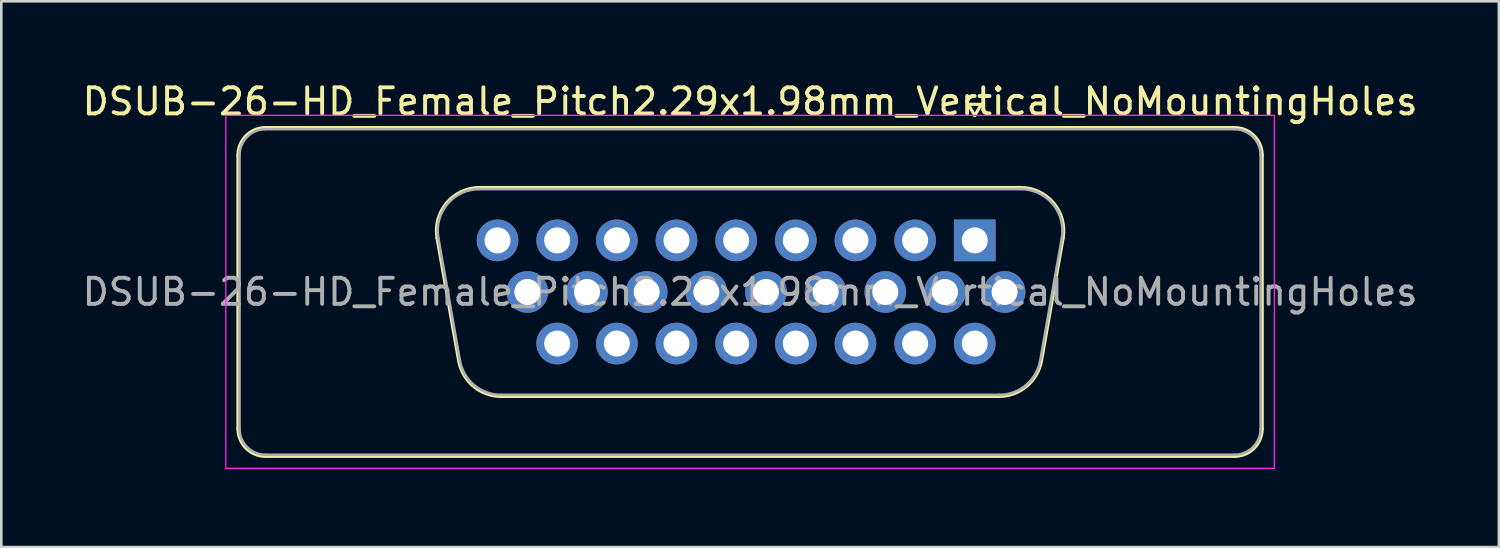
<source format=kicad_pcb>
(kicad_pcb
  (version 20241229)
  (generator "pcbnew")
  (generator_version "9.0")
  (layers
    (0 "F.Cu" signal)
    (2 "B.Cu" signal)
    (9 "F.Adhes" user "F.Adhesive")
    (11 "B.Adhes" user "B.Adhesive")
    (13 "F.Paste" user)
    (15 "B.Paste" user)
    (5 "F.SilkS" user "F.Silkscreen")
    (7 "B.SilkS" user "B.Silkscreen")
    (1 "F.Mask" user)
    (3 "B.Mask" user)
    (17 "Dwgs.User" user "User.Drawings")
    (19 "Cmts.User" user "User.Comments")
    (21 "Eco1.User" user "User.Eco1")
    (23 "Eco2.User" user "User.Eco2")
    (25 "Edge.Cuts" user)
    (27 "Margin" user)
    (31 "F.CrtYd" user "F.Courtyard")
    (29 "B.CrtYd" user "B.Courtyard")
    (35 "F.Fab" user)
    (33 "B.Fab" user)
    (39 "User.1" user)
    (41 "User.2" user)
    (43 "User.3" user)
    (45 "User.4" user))
  (footprint "DSUB-26-HD_Female_Pitch2.29x1.98mm_Vertical_NoMountingHoles"
    (layer "F.Cu")
    (at 34.369 6.178)
    (property "Reference" "DSUB-26-HD_Female_Pitch2.29x1.98mm_Vertical_NoMountingHoles" (at -8.625 -5.33 0) (layer "F.SilkS") (effects (font (size 1 1) (thickness 0.15))))
    (attr through_hole)
    (fp_line (start -28.285 7.23) (end -28.285 -3.27) (stroke (width 0.12) (type solid)) (layer "F.SilkS"))
    (fp_line (start -27.225 -4.33) (end 9.975 -4.33) (stroke (width 0.12) (type solid)) (layer "F.SilkS"))
    (fp_line (start -20.641 -0.082) (end -19.813 4.618) (stroke (width 0.12) (type solid)) (layer "F.SilkS"))
    (fp_line (start -19.007 -2.03) (end 1.757 -2.03) (stroke (width 0.12) (type solid)) (layer "F.SilkS"))
    (fp_line (start -18.178 5.99) (end 0.928 5.99) (stroke (width 0.12) (type solid)) (layer "F.SilkS"))
    (fp_line (start -0.25 -5.224) (end 0.25 -5.224) (stroke (width 0.12) (type solid)) (layer "F.SilkS"))
    (fp_line (start 0 -4.791) (end -0.25 -5.224) (stroke (width 0.12) (type solid)) (layer "F.SilkS"))
    (fp_line (start 0.25 -5.224) (end 0 -4.791) (stroke (width 0.12) (type solid)) (layer "F.SilkS"))
    (fp_line (start 3.391 -0.082) (end 2.563 4.618) (stroke (width 0.12) (type solid)) (layer "F.SilkS"))
    (fp_line (start 9.975 8.29) (end -27.225 8.29) (stroke (width 0.12) (type solid)) (layer "F.SilkS"))
    (fp_line (start 11.035 -3.27) (end 11.035 7.23) (stroke (width 0.12) (type solid)) (layer "F.SilkS"))
    (fp_arc (start -28.285 -3.27) (mid -27.974533 -4.019533) (end -27.225 -4.33) (stroke (width 0.12) (type solid)) (layer "F.SilkS"))
    (fp_arc (start -27.225 8.29) (mid -27.974533 7.979533) (end -28.285 7.23) (stroke (width 0.12) (type solid)) (layer "F.SilkS"))
    (fp_arc (start -20.64147 -0.081744) (mid -20.278323 -1.437028) (end -19.006689 -2.03) (stroke (width 0.12) (type solid)) (layer "F.SilkS"))
    (fp_arc (start -18.177952 5.99) (mid -19.244979 5.601634) (end -19.812733 4.618256) (stroke (width 0.12) (type solid)) (layer "F.SilkS"))
    (fp_arc (start 1.756689 -2.03) (mid 3.028323 -1.437027) (end 3.39147 -0.081744) (stroke (width 0.12) (type solid)) (layer "F.SilkS"))
    (fp_arc (start 2.562733 4.618256) (mid 1.99498 5.601634) (end 0.927952 5.99) (stroke (width 0.12) (type solid)) (layer "F.SilkS"))
    (fp_arc (start 9.975 -4.33) (mid 10.724533 -4.019533) (end 11.035 -3.27) (stroke (width 0.12) (type solid)) (layer "F.SilkS"))
    (fp_arc (start 11.035 7.23) (mid 10.724533 7.979533) (end 9.975 8.29) (stroke (width 0.12) (type solid)) (layer "F.SilkS"))
    (fp_line (start -28.75 -4.8) (end -28.75 8.75) (stroke (width 0.05) (type solid)) (layer "F.CrtYd"))
    (fp_line (start -28.75 8.75) (end 11.5 8.75) (stroke (width 0.05) (type solid)) (layer "F.CrtYd"))
    (fp_line (start 11.5 -4.8) (end -28.75 -4.8) (stroke (width 0.05) (type solid)) (layer "F.CrtYd"))
    (fp_line (start 11.5 8.75) (end 11.5 -4.8) (stroke (width 0.05) (type solid)) (layer "F.CrtYd"))
    (fp_line (start -28.225 7.23) (end -28.225 -3.27) (stroke (width 0.1) (type solid)) (layer "F.Fab"))
    (fp_line (start -27.225 -4.27) (end 9.975 -4.27) (stroke (width 0.1) (type solid)) (layer "F.Fab"))
    (fp_line (start -20.594 -0.092) (end -19.765 4.608) (stroke (width 0.1) (type solid)) (layer "F.Fab"))
    (fp_line (start -19.018 -1.97) (end 1.768 -1.97) (stroke (width 0.1) (type solid)) (layer "F.Fab"))
    (fp_line (start -18.189 5.93) (end 0.939 5.93) (stroke (width 0.1) (type solid)) (layer "F.Fab"))
    (fp_line (start 3.344 -0.092) (end 2.515 4.608) (stroke (width 0.1) (type solid)) (layer "F.Fab"))
    (fp_line (start 9.975 8.23) (end -27.225 8.23) (stroke (width 0.1) (type solid)) (layer "F.Fab"))
    (fp_line (start 10.975 -3.27) (end 10.975 7.23) (stroke (width 0.1) (type solid)) (layer "F.Fab"))
    (fp_arc (start -28.225 -3.27) (mid -27.932107 -3.977107) (end -27.225 -4.27) (stroke (width 0.1) (type solid)) (layer "F.Fab"))
    (fp_arc (start -27.225 8.23) (mid -27.932107 7.937107) (end -28.225 7.23) (stroke (width 0.1) (type solid)) (layer "F.Fab"))
    (fp_arc (start -20.593886 -0.092163) (mid -20.243865 -1.39846) (end -19.018194 -1.97) (stroke (width 0.1) (type solid)) (layer "F.Fab"))
    (fp_arc (start -18.189457 5.93) (mid -19.217917 5.555671) (end -19.765149 4.607837) (stroke (width 0.1) (type solid)) (layer "F.Fab"))
    (fp_arc (start 1.768194 -1.97) (mid 2.993865 -1.39846) (end 3.343886 -0.092163) (stroke (width 0.1) (type solid)) (layer "F.Fab"))
    (fp_arc (start 2.515149 4.607837) (mid 1.967917 5.555671) (end 0.939457 5.93) (stroke (width 0.1) (type solid)) (layer "F.Fab"))
    (fp_arc (start 9.975 -4.27) (mid 10.682107 -3.977107) (end 10.975 -3.27) (stroke (width 0.1) (type solid)) (layer "F.Fab"))
    (fp_arc (start 10.975 7.23) (mid 10.682107 7.937107) (end 9.975 8.23) (stroke (width 0.1) (type solid)) (layer "F.Fab"))
    (fp_text user "${REFERENCE}" (at -8.625 1.98 0) (layer "F.Fab") (effects (font (size 1 1) (thickness 0.15))))
    (pad "1" thru_hole rect (at 0 0) (size 1.6 1.6) (drill 1) (layers "*.Cu" "*.Mask"))
    (pad "2" thru_hole circle (at -2.29 0) (size 1.6 1.6) (drill 1) (layers "*.Cu" "*.Mask"))
    (pad "3" thru_hole circle (at -4.58 0) (size 1.6 1.6) (drill 1) (layers "*.Cu" "*.Mask"))
    (pad "4" thru_hole circle (at -6.87 0) (size 1.6 1.6) (drill 1) (layers "*.Cu" "*.Mask"))
    (pad "5" thru_hole circle (at -9.16 0) (size 1.6 1.6) (drill 1) (layers "*.Cu" "*.Mask"))
    (pad "6" thru_hole circle (at -11.45 0) (size 1.6 1.6) (drill 1) (layers "*.Cu" "*.Mask"))
    (pad "7" thru_hole circle (at -13.74 0) (size 1.6 1.6) (drill 1) (layers "*.Cu" "*.Mask"))
    (pad "8" thru_hole circle (at -16.03 0) (size 1.6 1.6) (drill 1) (layers "*.Cu" "*.Mask"))
    (pad "9" thru_hole circle (at -18.32 0) (size 1.6 1.6) (drill 1) (layers "*.Cu" "*.Mask"))
    (pad "10" thru_hole circle (at 1.145 1.98) (size 1.6 1.6) (drill 1) (layers "*.Cu" "*.Mask"))
    (pad "11" thru_hole circle (at -1.145 1.98) (size 1.6 1.6) (drill 1) (layers "*.Cu" "*.Mask"))
    (pad "12" thru_hole circle (at -3.435 1.98) (size 1.6 1.6) (drill 1) (layers "*.Cu" "*.Mask"))
    (pad "13" thru_hole circle (at -5.725 1.98) (size 1.6 1.6) (drill 1) (layers "*.Cu" "*.Mask"))
    (pad "14" thru_hole circle (at -8.015 1.98) (size 1.6 1.6) (drill 1) (layers "*.Cu" "*.Mask"))
    (pad "15" thru_hole circle (at -10.305 1.98) (size 1.6 1.6) (drill 1) (layers "*.Cu" "*.Mask"))
    (pad "16" thru_hole circle (at -12.595 1.98) (size 1.6 1.6) (drill 1) (layers "*.Cu" "*.Mask"))
    (pad "17" thru_hole circle (at -14.885 1.98) (size 1.6 1.6) (drill 1) (layers "*.Cu" "*.Mask"))
    (pad "18" thru_hole circle (at -17.175 1.98) (size 1.6 1.6) (drill 1) (layers "*.Cu" "*.Mask"))
    (pad "19" thru_hole circle (at 0 3.96) (size 1.6 1.6) (drill 1) (layers "*.Cu" "*.Mask"))
    (pad "20" thru_hole circle (at -2.29 3.96) (size 1.6 1.6) (drill 1) (layers "*.Cu" "*.Mask"))
    (pad "21" thru_hole circle (at -4.58 3.96) (size 1.6 1.6) (drill 1) (layers "*.Cu" "*.Mask"))
    (pad "22" thru_hole circle (at -6.87 3.96) (size 1.6 1.6) (drill 1) (layers "*.Cu" "*.Mask"))
    (pad "23" thru_hole circle (at -9.16 3.96) (size 1.6 1.6) (drill 1) (layers "*.Cu" "*.Mask"))
    (pad "24" thru_hole circle (at -11.45 3.96) (size 1.6 1.6) (drill 1) (layers "*.Cu" "*.Mask"))
    (pad "25" thru_hole circle (at -13.74 3.96) (size 1.6 1.6) (drill 1) (layers "*.Cu" "*.Mask"))
    (pad "26" thru_hole circle (at -16.03 3.96) (size 1.6 1.6) (drill 1) (layers "*.Cu" "*.Mask")))
  (gr_rect
    (start -3 -3)
    (end 54.488 17.953)
    (stroke (width 0.1) (type default))
    (fill no)
    (layer "Edge.Cuts")))
</source>
